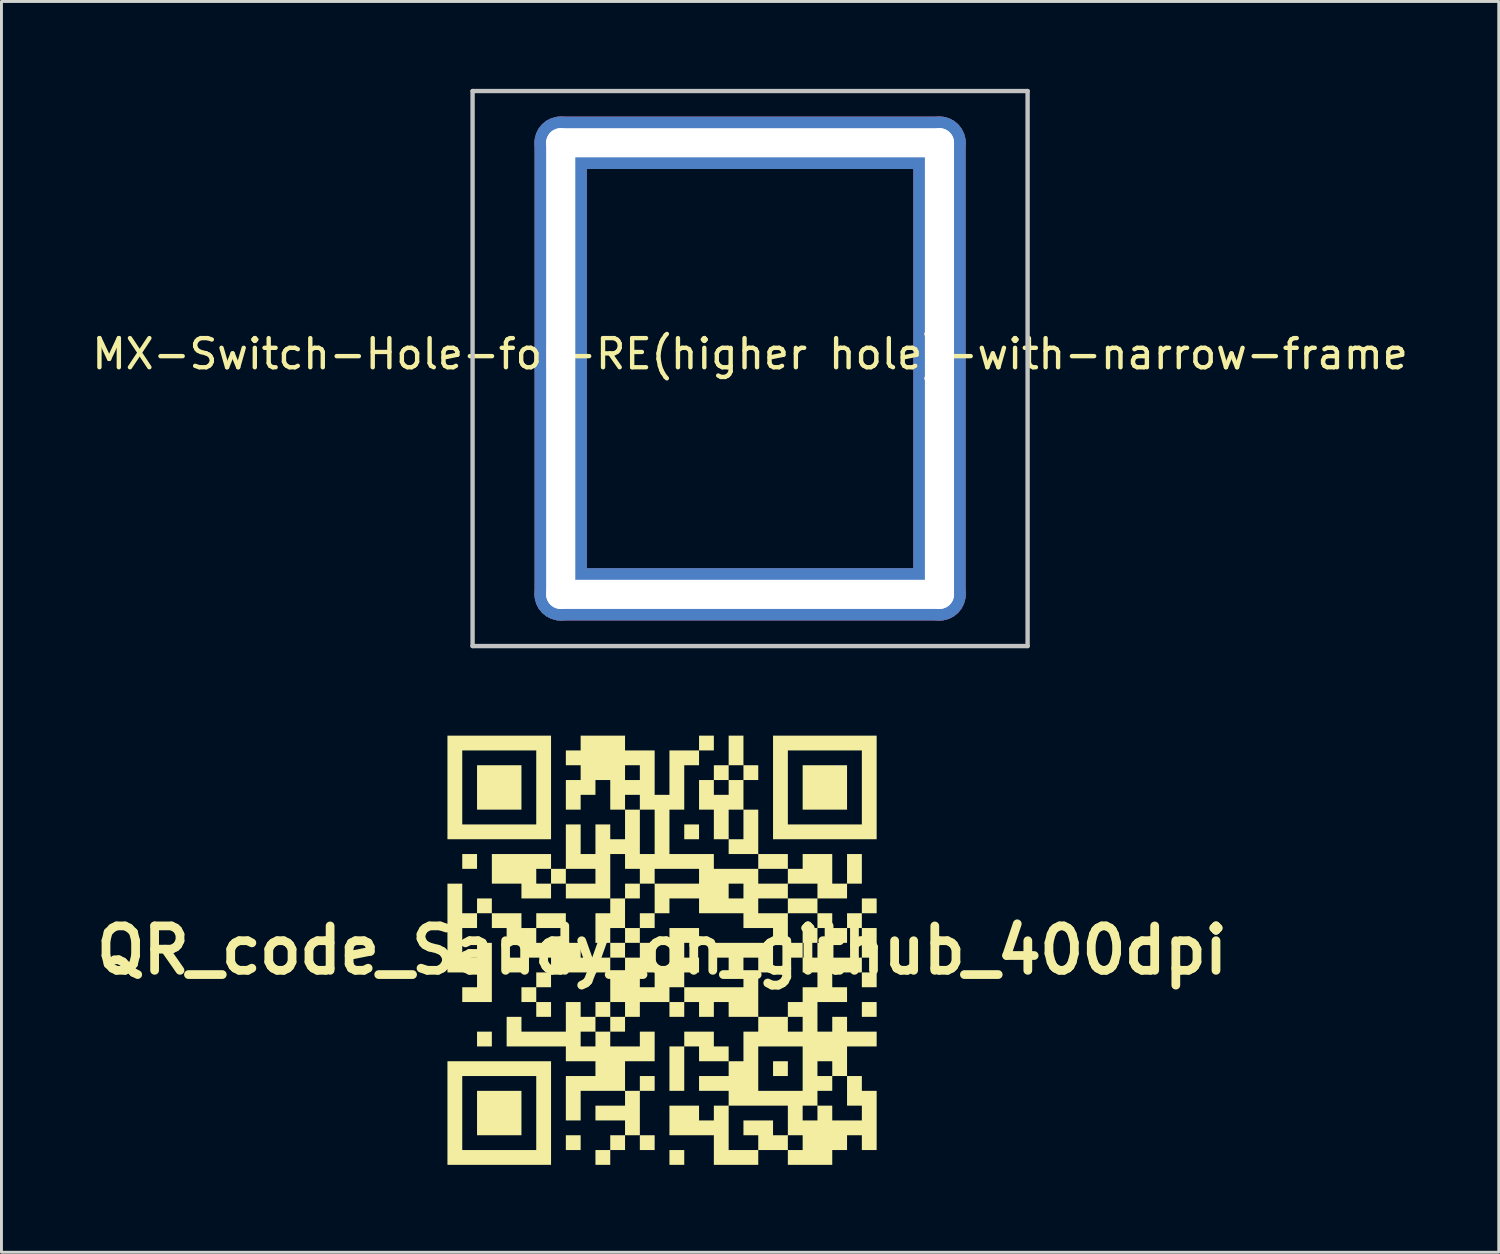
<source format=kicad_pcb>
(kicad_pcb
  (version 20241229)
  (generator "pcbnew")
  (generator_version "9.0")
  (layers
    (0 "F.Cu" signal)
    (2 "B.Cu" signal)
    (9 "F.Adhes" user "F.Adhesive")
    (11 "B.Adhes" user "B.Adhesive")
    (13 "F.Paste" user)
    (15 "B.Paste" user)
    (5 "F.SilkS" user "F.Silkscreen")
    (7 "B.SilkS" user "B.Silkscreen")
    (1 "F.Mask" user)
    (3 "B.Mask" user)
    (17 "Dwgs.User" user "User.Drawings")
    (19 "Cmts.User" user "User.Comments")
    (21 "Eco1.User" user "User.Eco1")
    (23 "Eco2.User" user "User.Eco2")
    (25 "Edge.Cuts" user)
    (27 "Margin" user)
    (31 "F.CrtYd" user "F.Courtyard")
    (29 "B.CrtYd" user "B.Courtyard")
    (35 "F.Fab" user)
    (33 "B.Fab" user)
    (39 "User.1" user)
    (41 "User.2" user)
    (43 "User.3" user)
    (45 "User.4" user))
  (footprint "QR_code_Sandy_on_github_400dpi"
    (layer "F.Cu")
    (at 19.674 29.566)
    (property "Reference" "QR_code_Sandy_on_github_400dpi" (at 0 0 0) (layer "F.SilkS") (effects (font (size 1.524 1.524) (thickness 0.3))))
    (attr board_only exclude_from_pos_files exclude_from_bom)
    (fp_poly (pts (xy -6.35 -2.794) (xy -6.858 -2.794) (xy -6.858 -3.302) (xy -6.35 -3.302)) (stroke (width 0) (type solid)) (fill yes) (layer "F.SilkS"))
    (fp_poly (pts (xy -5.842 -1.27) (xy -6.35 -1.27) (xy -6.35 -1.778) (xy -5.842 -1.778)) (stroke (width 0) (type solid)) (fill yes) (layer "F.SilkS"))
    (fp_poly (pts (xy -5.842 3.302) (xy -6.35 3.302) (xy -6.35 2.794) (xy -5.842 2.794)) (stroke (width 0) (type solid)) (fill yes) (layer "F.SilkS"))
    (fp_poly (pts (xy -4.826 -4.826) (xy -6.35 -4.826) (xy -6.35 -6.35) (xy -4.826 -6.35)) (stroke (width 0) (type solid)) (fill yes) (layer "F.SilkS"))
    (fp_poly (pts (xy -4.826 0.762) (xy -5.334 0.762) (xy -5.334 0.254) (xy -4.826 0.254)) (stroke (width 0) (type solid)) (fill yes) (layer "F.SilkS"))
    (fp_poly (pts (xy -4.826 6.35) (xy -6.35 6.35) (xy -6.35 4.826) (xy -4.826 4.826)) (stroke (width 0) (type solid)) (fill yes) (layer "F.SilkS"))
    (fp_poly (pts (xy -4.318 1.778) (xy -4.826 1.778) (xy -4.826 1.27) (xy -4.318 1.27)) (stroke (width 0) (type solid)) (fill yes) (layer "F.SilkS"))
    (fp_poly (pts (xy -3.81 1.27) (xy -4.318 1.27) (xy -4.318 0.762) (xy -3.81 0.762)) (stroke (width 0) (type solid)) (fill yes) (layer "F.SilkS"))
    (fp_poly (pts (xy -3.81 2.286) (xy -4.318 2.286) (xy -4.318 1.778) (xy -3.81 1.778)) (stroke (width 0) (type solid)) (fill yes) (layer "F.SilkS"))
    (fp_poly (pts (xy -3.302 -0.762) (xy -4.318 -0.762) (xy -4.318 -1.27) (xy -3.302 -1.27)) (stroke (width 0) (type solid)) (fill yes) (layer "F.SilkS"))
    (fp_poly (pts (xy -2.794 6.858) (xy -3.302 6.858) (xy -3.302 6.35) (xy -2.794 6.35)) (stroke (width 0) (type solid)) (fill yes) (layer "F.SilkS"))
    (fp_poly (pts (xy -1.778 7.366) (xy -2.286 7.366) (xy -2.286 6.858) (xy -1.778 6.858)) (stroke (width 0) (type solid)) (fill yes) (layer "F.SilkS"))
    (fp_poly (pts (xy -1.27 6.858) (xy -1.778 6.858) (xy -1.778 6.35) (xy -1.27 6.35)) (stroke (width 0) (type solid)) (fill yes) (layer "F.SilkS"))
    (fp_poly (pts (xy -0.762 -1.778) (xy -1.27 -1.778) (xy -1.27 -2.286) (xy -0.762 -2.286)) (stroke (width 0) (type solid)) (fill yes) (layer "F.SilkS"))
    (fp_poly (pts (xy -0.762 -0.254) (xy -1.27 -0.254) (xy -1.27 -0.762) (xy -0.762 -0.762)) (stroke (width 0) (type solid)) (fill yes) (layer "F.SilkS"))
    (fp_poly (pts (xy -0.254 -0.762) (xy -0.762 -0.762) (xy -0.762 -1.27) (xy -0.254 -1.27)) (stroke (width 0) (type solid)) (fill yes) (layer "F.SilkS"))
    (fp_poly (pts (xy -0.254 4.826) (xy -0.762 4.826) (xy -0.762 4.318) (xy -0.254 4.318)) (stroke (width 0) (type solid)) (fill yes) (layer "F.SilkS"))
    (fp_poly (pts (xy -0.254 6.858) (xy -0.762 6.858) (xy -0.762 6.35) (xy -0.254 6.35)) (stroke (width 0) (type solid)) (fill yes) (layer "F.SilkS"))
    (fp_poly (pts (xy 0.762 4.826) (xy 0.254 4.826) (xy 0.254 3.302) (xy 0.762 3.302)) (stroke (width 0) (type solid)) (fill yes) (layer "F.SilkS"))
    (fp_poly (pts (xy 0.762 7.366) (xy 0.254 7.366) (xy 0.254 6.858) (xy 0.762 6.858)) (stroke (width 0) (type solid)) (fill yes) (layer "F.SilkS"))
    (fp_poly (pts (xy 1.27 -3.81) (xy 0.762 -3.81) (xy 0.762 -4.318) (xy 1.27 -4.318)) (stroke (width 0) (type solid)) (fill yes) (layer "F.SilkS"))
    (fp_poly (pts (xy 1.778 -6.858) (xy 1.27 -6.858) (xy 1.27 -7.366) (xy 1.778 -7.366)) (stroke (width 0) (type solid)) (fill yes) (layer "F.SilkS"))
    (fp_poly (pts (xy 4.318 4.318) (xy 3.81 4.318) (xy 3.81 3.81) (xy 4.318 3.81)) (stroke (width 0) (type solid)) (fill yes) (layer "F.SilkS"))
    (fp_poly (pts (xy 4.826 0.254) (xy 4.318 0.254) (xy 4.318 -0.254) (xy 4.826 -0.254)) (stroke (width 0) (type solid)) (fill yes) (layer "F.SilkS"))
    (fp_poly (pts (xy 5.334 -0.254) (xy 4.826 -0.254) (xy 4.826 -0.762) (xy 5.334 -0.762)) (stroke (width 0) (type solid)) (fill yes) (layer "F.SilkS"))
    (fp_poly (pts (xy 6.35 -4.826) (xy 4.826 -4.826) (xy 4.826 -6.35) (xy 6.35 -6.35)) (stroke (width 0) (type solid)) (fill yes) (layer "F.SilkS"))
    (fp_poly (pts (xy 6.858 -2.286) (xy 6.35 -2.286) (xy 6.35 -3.302) (xy 6.858 -3.302)) (stroke (width 0) (type solid)) (fill yes) (layer "F.SilkS"))
    (fp_poly (pts (xy 6.858 -0.762) (xy 6.35 -0.762) (xy 6.35 -1.27) (xy 6.858 -1.27)) (stroke (width 0) (type solid)) (fill yes) (layer "F.SilkS"))
    (fp_poly (pts (xy 7.366 -1.27) (xy 6.858 -1.27) (xy 6.858 -1.778) (xy 7.366 -1.778)) (stroke (width 0) (type solid)) (fill yes) (layer "F.SilkS"))
    (fp_poly (pts (xy 7.366 0.254) (xy 6.858 0.254) (xy 6.858 -0.762) (xy 7.366 -0.762)) (stroke (width 0) (type solid)) (fill yes) (layer "F.SilkS"))
    (fp_poly (pts (xy 7.366 1.27) (xy 6.858 1.27) (xy 6.858 0.762) (xy 7.366 0.762)) (stroke (width 0) (type solid)) (fill yes) (layer "F.SilkS"))
    (fp_poly (pts (xy 7.366 2.286) (xy 6.858 2.286) (xy 6.858 1.778) (xy 7.366 1.778)) (stroke (width 0) (type solid)) (fill yes) (layer "F.SilkS"))
    (fp_poly (pts (xy 3.302 -3.302) (xy 2.286 -3.302) (xy 2.286 -3.81) (xy 2.794 -3.81) (xy 2.794 -4.826) (xy 3.302 -4.826)) (stroke (width 0) (type solid)) (fill yes) (layer "F.SilkS"))
    (fp_poly (pts (xy -0.762 6.35) (xy -1.27 6.35) (xy -1.27 5.842) (xy -2.286 5.842) (xy -2.286 5.334) (xy -1.27 5.334) (xy -1.27 4.826) (xy -0.762 4.826)) (stroke (width 0) (type solid)) (fill yes) (layer "F.SilkS"))
    (fp_poly (pts (xy 0.762 2.794) (xy 1.778 2.794) (xy 1.778 3.302) (xy 2.286 3.302) (xy 2.286 3.81) (xy 1.27 3.81) (xy 1.27 3.302) (xy 0.762 3.302)) (stroke (width 0) (type solid)) (fill yes) (layer "F.SilkS"))
    (fp_poly (pts (xy 3.81 0.762) (xy 3.302 0.762) (xy 3.302 0.254) (xy 2.794 0.254) (xy 2.794 0.762) (xy 2.286 0.762) (xy 2.286 0.254) (xy 1.778 0.254) (xy 1.778 -0.254) (xy 3.81 -0.254)) (stroke (width 0) (type solid)) (fill yes) (layer "F.SilkS"))
    (fp_poly (pts (xy -3.81 -3.81) (xy -7.366 -3.81) (xy -7.366 -4.318) (xy -6.858 -4.318) (xy -4.318 -4.318) (xy -4.318 -6.858) (xy -6.858 -6.858) (xy -6.858 -4.318) (xy -7.366 -4.318) (xy -7.366 -7.366) (xy -3.81 -7.366)) (stroke (width 0) (type solid)) (fill yes) (layer "F.SilkS"))
    (fp_poly (pts (xy -3.81 7.366) (xy -7.366 7.366) (xy -7.366 6.858) (xy -6.858 6.858) (xy -4.318 6.858) (xy -4.318 4.318) (xy -6.858 4.318) (xy -6.858 6.858) (xy -7.366 6.858) (xy -7.366 3.81) (xy -3.81 3.81)) (stroke (width 0) (type solid)) (fill yes) (layer "F.SilkS"))
    (fp_poly (pts (xy 7.366 -3.81) (xy 3.81 -3.81) (xy 3.81 -4.318) (xy 4.318 -4.318) (xy 6.858 -4.318) (xy 6.858 -6.858) (xy 4.318 -6.858) (xy 4.318 -4.318) (xy 3.81 -4.318) (xy 3.81 -7.366) (xy 7.366 -7.366)) (stroke (width 0) (type solid)) (fill yes) (layer "F.SilkS"))
    (fp_poly (pts (xy -6.858 -1.27) (xy -6.35 -1.27) (xy -6.35 -0.762) (xy -6.858 -0.762) (xy -6.858 0.254) (xy -6.35 0.254) (xy -6.35 -0.254) (xy -5.842 -0.254) (xy -5.842 1.778) (xy -6.858 1.778) (xy -6.858 1.27) (xy -6.35 1.27) (xy -6.35 0.762) (xy -7.366 0.762) (xy -7.366 -2.286) (xy -6.858 -2.286)) (stroke (width 0) (type solid)) (fill yes) (layer "F.SilkS"))
    (fp_poly (pts (xy 3.302 -6.35) (xy 3.302 -5.842) (xy 2.794 -5.842) (xy 2.794 -4.826) (xy 2.286 -4.826) (xy 2.286 -3.81) (xy 1.778 -3.81) (xy 1.778 -4.826) (xy 1.27 -4.826) (xy 1.27 -5.334) (xy 1.778 -5.334) (xy 2.286 -5.334) (xy 2.286 -5.842) (xy 2.794 -5.842) (xy 2.794 -6.35) (xy 2.286 -6.35) (xy 2.286 -5.842) (xy 1.778 -5.842) (xy 1.778 -5.334) (xy 1.27 -5.334) (xy 1.27 -5.842) (xy 1.778 -5.842) (xy 1.778 -6.35) (xy 2.286 -6.35) (xy 2.286 -7.366) (xy 2.794 -7.366) (xy 2.794 -6.35)) (stroke (width 0) (type solid)) (fill yes) (layer "F.SilkS"))
    (fp_poly (pts (xy 6.858 4.318) (xy 6.858 4.826) (xy 7.366 4.826) (xy 7.366 6.858) (xy 6.858 6.858) (xy 6.858 6.35) (xy 6.35 6.35) (xy 6.35 6.858) (xy 5.842 6.858) (xy 5.842 7.366) (xy 4.318 7.366) (xy 4.318 6.858) (xy 4.826 6.858) (xy 4.826 6.35) (xy 4.318 6.35) (xy 4.318 6.858) (xy 3.302 6.858) (xy 3.302 7.366) (xy 1.778 7.366) (xy 1.778 6.858) (xy 2.286 6.858) (xy 3.302 6.858) (xy 3.302 6.35) (xy 2.794 6.35) (xy 2.794 5.842) (xy 3.81 5.842) (xy 3.81 6.35) (xy 4.318 6.35) (xy 4.318 5.842) (xy 4.826 5.842) (xy 5.334 5.842) (xy 5.334 5.334) (xy 5.842 5.334) (xy 5.842 5.842) (xy 6.858 5.842) (xy 6.858 5.334) (xy 6.35 5.334) (xy 6.35 4.318) (xy 5.842 4.318) (xy 5.842 4.826) (xy 5.334 4.826) (xy 5.334 5.334) (xy 4.826 5.334) (xy 4.826 5.842) (xy 4.318 5.842) (xy 4.318 5.334) (xy 2.286 5.334) (xy 2.286 6.858) (xy 1.778 6.858) (xy 1.778 6.35) (xy 0.254 6.35) (xy 0.254 5.334) (xy 1.27 5.334) (xy 1.27 5.842) (xy 1.778 5.842) (xy 1.778 5.334) (xy 2.286 5.334) (xy 2.286 4.826) (xy 3.302 4.826) (xy 4.826 4.826) (xy 4.826 4.318) (xy 5.334 4.318) (xy 5.842 4.318) (xy 5.842 3.81) (xy 5.334 3.81) (xy 5.334 4.318) (xy 4.826 4.318) (xy 4.826 3.302) (xy 3.302 3.302) (xy 3.302 4.826) (xy 2.286 4.826) (xy 1.27 4.826) (xy 1.27 4.318) (xy 2.286 4.318) (xy 2.286 3.81) (xy 2.794 3.81) (xy 2.794 2.794) (xy 3.302 2.794) (xy 4.318 2.794) (xy 4.826 2.794) (xy 4.826 2.286) (xy 4.318 2.286) (xy 4.318 2.794) (xy 3.302 2.794) (xy 3.302 2.286) (xy 2.286 2.286) (xy 2.286 1.778) (xy 1.778 1.778) (xy 1.778 2.286) (xy 1.27 2.286) (xy 1.27 1.778) (xy 0.762 1.778) (xy 0.762 2.286) (xy 0.254 2.286) (xy 0.254 1.778) (xy 0.762 1.778) (xy 0.762 1.27) (xy 0.254 1.27) (xy 0.254 1.778) (xy -0.762 1.778) (xy -0.762 2.286) (xy -1.27 2.286) (xy -1.27 2.794) (xy -1.778 2.794) (xy -1.778 3.302) (xy -0.762 3.302) (xy -0.762 2.794) (xy -0.254 2.794) (xy -0.254 3.81) (xy -1.27 3.81) (xy -1.27 4.826) (xy -2.794 4.826) (xy -2.794 5.842) (xy -3.302 5.842) (xy -3.302 4.318) (xy -2.286 4.318) (xy -2.286 3.81) (xy -3.302 3.81) (xy -3.302 3.302) (xy -2.794 3.302) (xy -2.286 3.302) (xy -2.286 2.794) (xy -1.778 2.794) (xy -1.778 2.286) (xy -1.27 2.286) (xy -1.27 1.778) (xy -1.778 1.778) (xy -1.778 2.286) (xy -2.286 2.286) (xy -2.286 2.794) (xy -2.794 2.794) (xy -2.794 3.302) (xy -3.302 3.302) (xy -5.334 3.302) (xy -5.334 2.286) (xy -4.826 2.286) (xy -4.826 2.794) (xy -3.302 2.794) (xy -3.302 1.778) (xy -2.794 1.778) (xy -2.794 2.286) (xy -2.286 2.286) (xy -2.286 1.778) (xy -1.778 1.778) (xy -1.778 1.27) (xy -0.762 1.27) (xy -0.254 1.27) (xy -0.254 0.762) (xy -0.762 0.762) (xy -0.762 1.27) (xy -1.778 1.27) (xy -1.778 0.762) (xy -1.27 0.762) (xy -1.27 0.254) (xy -1.778 0.254) (xy -1.778 0.762) (xy -3.81 0.762) (xy -3.81 0.254) (xy -4.826 0.254) (xy -4.826 -0.254) (xy -5.334 -0.254) (xy -5.334 -0.762) (xy -5.842 -0.762) (xy -5.842 -1.27) (xy -4.826 -1.27) (xy -4.826 -0.762) (xy -4.318 -0.762) (xy -4.318 -0.254) (xy -2.794 -0.254) (xy -2.794 0.254) (xy -1.778 0.254) (xy -1.778 -0.254) (xy -1.27 -0.254) (xy -1.27 0.254) (xy -0.762 0.254) (xy -0.762 -0.254) (xy -0.254 -0.254) (xy -0.254 0.762) (xy 0.254 0.762) (xy 0.254 -0.762) (xy 1.27 -0.762) (xy 1.27 -0.254) (xy 0.762 -0.254) (xy 0.762 0.254) (xy 1.27 0.254) (xy 1.27 0.762) (xy 0.762 0.762) (xy 0.762 1.27) (xy 2.794 1.27) (xy 2.794 0.762) (xy 3.302 0.762) (xy 3.302 2.286) (xy 4.318 2.286) (xy 4.318 1.778) (xy 4.826 1.778) (xy 4.826 1.27) (xy 5.334 1.27) (xy 5.334 0.762) (xy 4.826 0.762) (xy 4.826 0.254) (xy 5.334 0.254) (xy 5.334 -0.254) (xy 5.842 -0.254) (xy 5.842 -0.762) (xy 5.334 -0.762) (xy 5.334 -1.27) (xy 4.318 -1.27) (xy 4.318 -0.254) (xy 3.81 -0.254) (xy 3.81 -0.762) (xy 2.794 -0.762) (xy 2.794 -1.27) (xy 3.302 -1.27) (xy 4.318 -1.27) (xy 4.318 -1.778) (xy 5.334 -1.778) (xy 5.334 -2.286) (xy 4.318 -2.286) (xy 4.318 -1.778) (xy 3.302 -1.778) (xy 3.302 -1.27) (xy 2.794 -1.27) (xy 1.27 -1.27) (xy 1.27 -1.778) (xy 2.286 -1.778) (xy 2.794 -1.778) (xy 2.794 -2.286) (xy 3.302 -2.286) (xy 4.318 -2.286) (xy 4.318 -2.794) (xy 3.302 -2.794) (xy 3.302 -2.286) (xy 2.794 -2.286) (xy 2.286 -2.286) (xy 2.286 -1.778) (xy 1.27 -1.778) (xy 0.254 -1.778) (xy 0.254 -1.27) (xy -0.254 -1.27) (xy -0.254 -2.286) (xy 1.27 -2.286) (xy 1.27 -2.794) (xy -0.254 -2.794) (xy -0.254 -2.286) (xy -0.762 -2.286) (xy -0.762 -2.794) (xy -1.27 -2.794) (xy -1.27 -3.302) (xy -0.762 -3.302) (xy -0.254 -3.302) (xy -0.254 -4.826) (xy -0.762 -4.826) (xy -0.762 -3.302) (xy -1.27 -3.302) (xy -1.778 -3.302) (xy -1.778 -1.778) (xy -1.27 -1.778) (xy -1.27 -0.762) (xy -1.778 -0.762) (xy -1.778 -0.254) (xy -2.286 -0.254) (xy -2.286 -1.27) (xy -1.778 -1.27) (xy -1.778 -1.778) (xy -3.302 -1.778) (xy -3.302 -2.286) (xy -2.286 -2.286) (xy -2.286 -2.794) (xy -3.302 -2.794) (xy -3.302 -2.286) (xy -3.81 -2.286) (xy -3.81 -1.778) (xy -4.826 -1.778) (xy -4.826 -2.286) (xy -4.318 -2.286) (xy -3.81 -2.286) (xy -3.81 -2.794) (xy -4.318 -2.794) (xy -4.318 -2.286) (xy -4.826 -2.286) (xy -5.842 -2.286) (xy -5.842 -3.302) (xy -3.81 -3.302) (xy -3.81 -2.794) (xy -3.302 -2.794) (xy -3.302 -4.318) (xy -2.794 -4.318) (xy -2.794 -3.302) (xy -2.286 -3.302) (xy -2.286 -4.318) (xy -1.778 -4.318) (xy -1.778 -3.81) (xy -1.27 -3.81) (xy -1.27 -4.826) (xy -0.762 -4.826) (xy -0.762 -5.334) (xy -1.27 -5.334) (xy -1.27 -4.826) (xy -1.778 -4.826) (xy -1.778 -5.842) (xy -1.27 -5.842) (xy -0.762 -5.842) (xy -0.762 -6.35) (xy -1.27 -6.35) (xy -1.27 -5.842) (xy -1.778 -5.842) (xy -2.286 -5.842) (xy -2.286 -5.334) (xy -2.794 -5.334) (xy -2.794 -4.826) (xy -3.302 -4.826) (xy -3.302 -5.842) (xy -2.794 -5.842) (xy -2.794 -6.35) (xy -3.302 -6.35) (xy -3.302 -6.858) (xy -2.794 -6.858) (xy -2.794 -7.366) (xy -1.27 -7.366) (xy -1.27 -6.858) (xy -0.254 -6.858) (xy -0.254 -5.334) (xy 0.254 -5.334) (xy 0.254 -6.858) (xy 1.27 -6.858) (xy 1.27 -6.35) (xy 0.762 -6.35) (xy 0.762 -4.826) (xy 0.254 -4.826) (xy 0.254 -3.302) (xy 1.778 -3.302) (xy 1.778 -2.794) (xy 3.302 -2.794) (xy 3.302 -3.302) (xy 4.318 -3.302) (xy 4.318 -2.794) (xy 4.826 -2.794) (xy 4.826 -3.302) (xy 5.842 -3.302) (xy 5.842 -2.286) (xy 6.35 -2.286) (xy 6.35 -1.778) (xy 5.334 -1.778) (xy 5.334 -1.27) (xy 5.842 -1.27) (xy 5.842 -0.762) (xy 6.35 -0.762) (xy 6.35 -0.254) (xy 5.842 -0.254) (xy 5.842 0.254) (xy 6.858 0.254) (xy 6.858 0.762) (xy 5.842 0.762) (xy 5.842 1.27) (xy 6.35 1.27) (xy 6.35 1.778) (xy 5.334 1.778) (xy 5.334 2.794) (xy 5.842 2.794) (xy 5.842 2.286) (xy 6.35 2.286) (xy 6.35 2.794) (xy 7.366 2.794) (xy 7.366 3.302) (xy 6.35 3.302) (xy 6.35 4.318)) (stroke (width 0) (type solid)) (fill yes) (layer "F.SilkS")))
  (footprint "MX-Switch-Hole-for-RE(higher hole)-with-narrow-frame"
    (layer "F.Cu")
    (at 22.696 9.6)
    (property "Reference" "MX-Switch-Hole-for-RE(higher hole)-with-narrow-frame" (at 0 -0.5 0) (unlocked yes) (layer "F.SilkS") (effects (font (size 1 1) (thickness 0.15))))
    (attr through_hole)
    (fp_line (start -9.525 -9.525) (end 9.525 -9.525) (stroke (width 0.15) (type solid)) (layer "Dwgs.User"))
    (fp_line (start -9.525 9.525) (end -9.525 -9.525) (stroke (width 0.15) (type solid)) (layer "Dwgs.User"))
    (fp_line (start 9.525 -9.525) (end 9.525 9.525) (stroke (width 0.15) (type solid)) (layer "Dwgs.User"))
    (fp_line (start 9.525 9.525) (end -9.525 9.525) (stroke (width 0.15) (type solid)) (layer "Dwgs.User"))
    (pad "" np_thru_hole roundrect (at -6.5 0 90) (size 17.3 1.8) (drill oval 16.5 1) (layers "*.Cu" "*.Mask") (roundrect_rratio 0.5))
    (pad "" np_thru_hole roundrect (at 0 -7.75) (size 14.8 1.8) (drill oval 14 1) (layers "*.Cu" "*.Mask") (roundrect_rratio 0.5))
    (pad "" np_thru_hole roundrect (at 0 7.75) (size 14.8 1.8) (drill oval 14 1) (layers "*.Cu" "*.Mask") (roundrect_rratio 0.5))
    (pad "" np_thru_hole roundrect (at 6.5 0 90) (size 17.3 1.8) (drill oval 16.5 1) (layers "*.Cu" "*.Mask") (roundrect_rratio 0.5)))
  (gr_rect
    (start -3 -3)
    (end 48.393 39.932)
    (stroke (width 0.1) (type default))
    (fill no)
    (layer "Edge.Cuts")))
</source>
